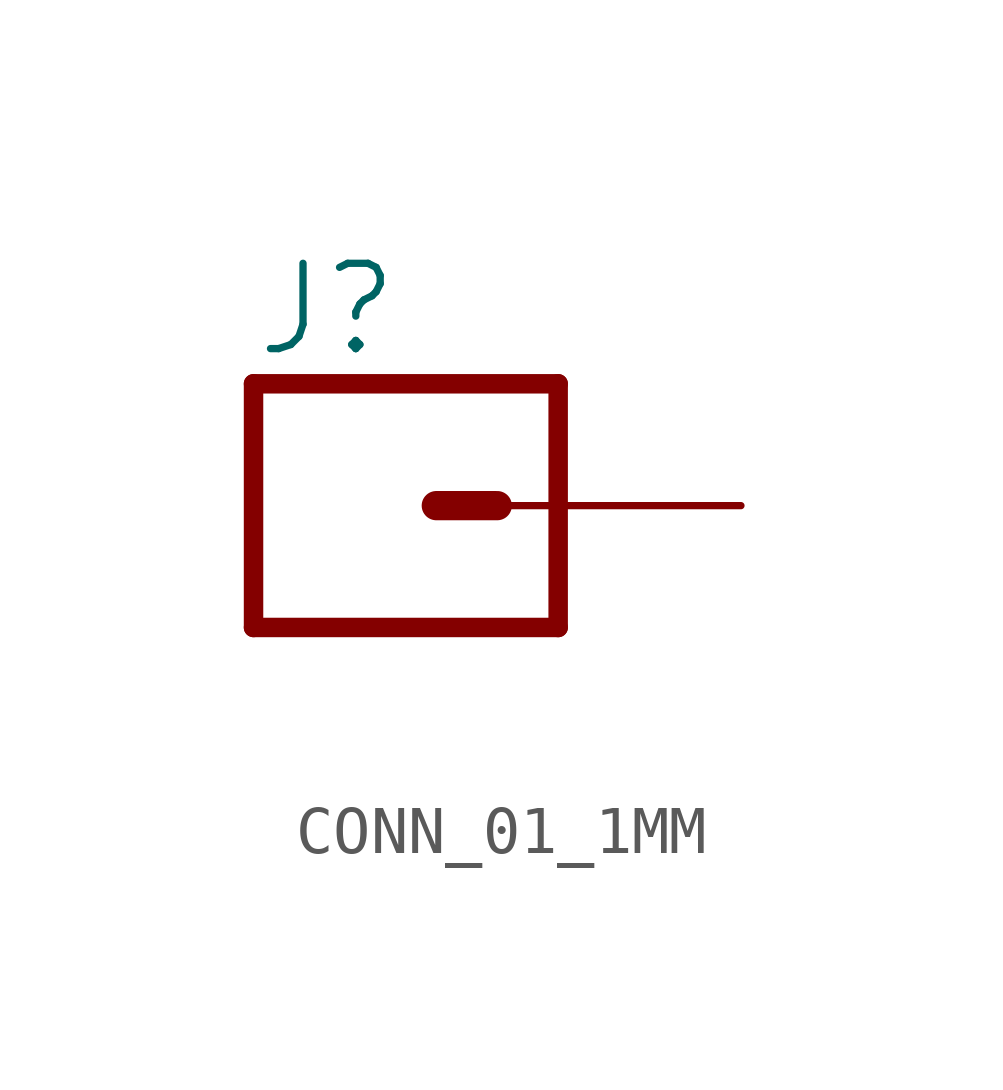
<source format=kicad_sym>
(kicad_symbol_lib
  (version 20220914)
  (generator kicad_symbol_editor)
  (symbol "CONN_01_1MM"
    (property "Reference" "J"
      (at -2.54 3.048 0)
      (effects (font (size 1.778 1.778)) (justify left bottom)))
    (property "Value" ""
      (at -2.54 -4.826 0)
      (effects (font (size 1.778 1.778)) (justify left bottom)))
    (property "ki_locked" ""
      (at 0 0 0)
      (effects (font (size 1.27 1.27))))
    (symbol "CONN_01_1MM_1_0"
      (polyline (pts (xy -2.54 2.54) (xy -2.54 -2.54)) (stroke (width 0.406) (type solid)) (fill (type none)))
      (polyline (pts (xy -2.54 2.54) (xy 3.81 2.54)) (stroke (width 0.406) (type solid)) (fill (type none)))
      (polyline (pts (xy 1.27 0) (xy 2.54 0)) (stroke (width 0.61) (type solid)) (fill (type none)))
      (polyline (pts (xy 3.81 -2.54) (xy -2.54 -2.54)) (stroke (width 0.406) (type solid)) (fill (type none)))
      (polyline (pts (xy 3.81 -2.54) (xy 3.81 2.54)) (stroke (width 0.406) (type solid)) (fill (type none)))
      (pin passive line (at 7.62 0 180) (length 5.08) (name "1" (effects (font (size 0 0)))) (number "1" (effects (font (size 0 0))))))))
</source>
